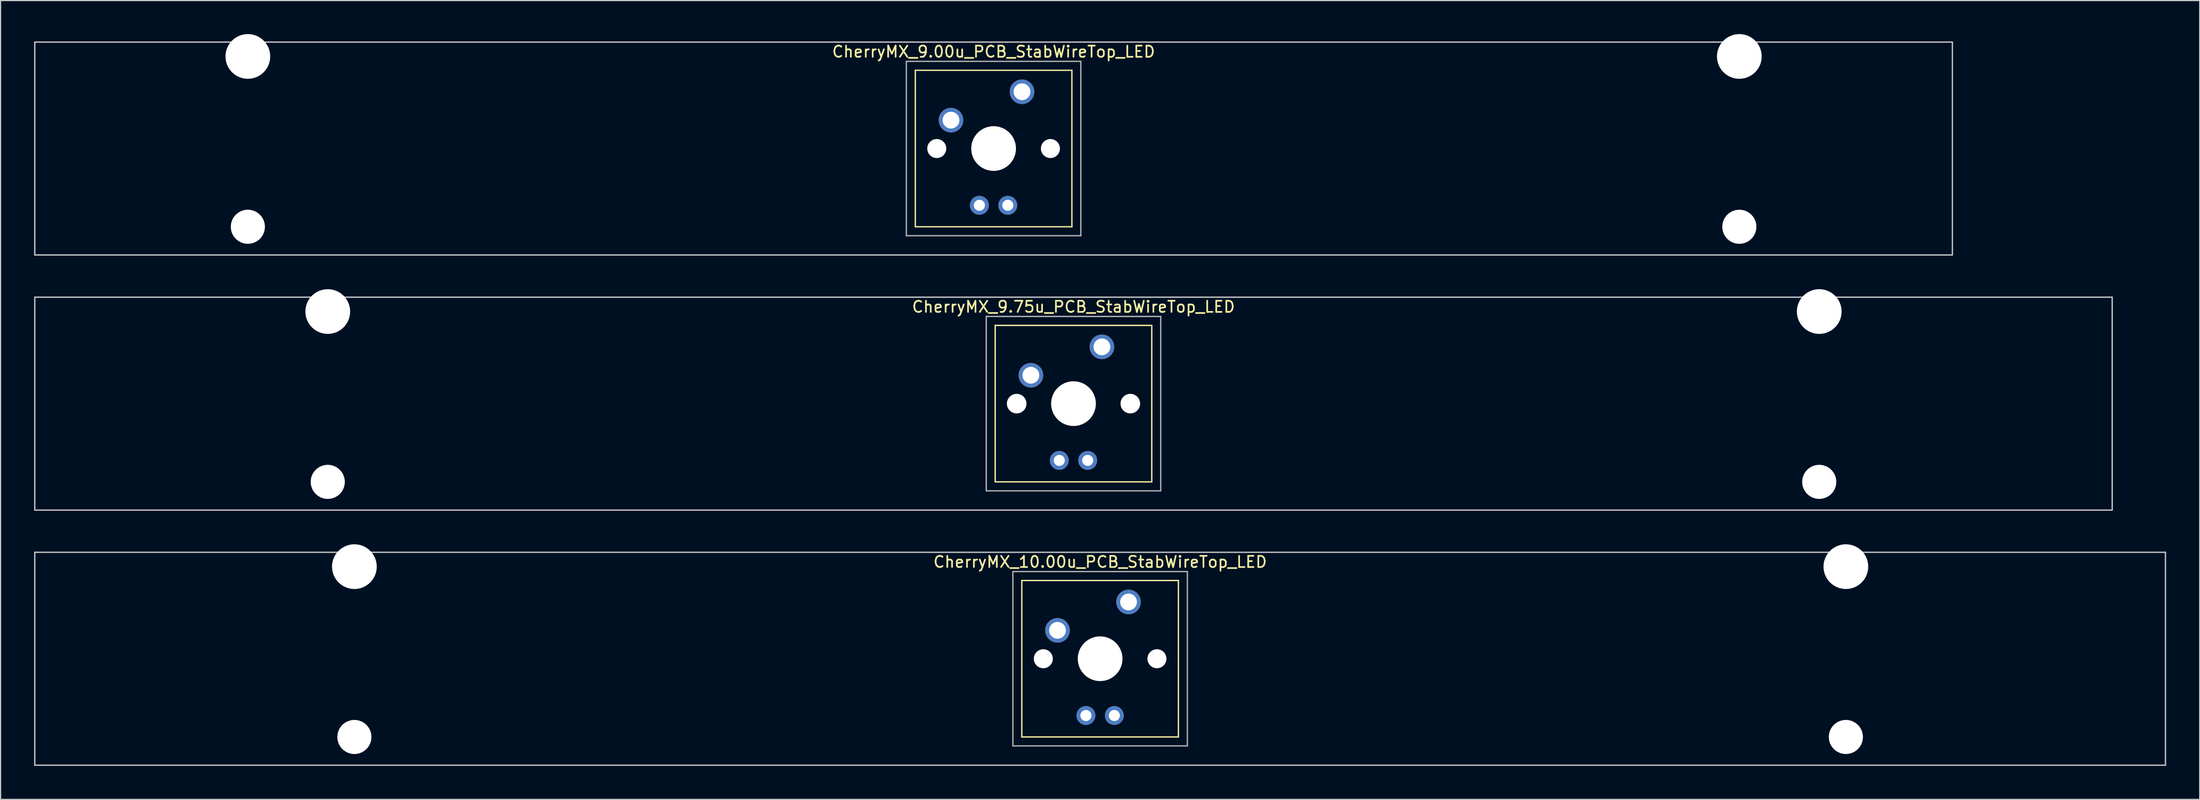
<source format=kicad_pcb>
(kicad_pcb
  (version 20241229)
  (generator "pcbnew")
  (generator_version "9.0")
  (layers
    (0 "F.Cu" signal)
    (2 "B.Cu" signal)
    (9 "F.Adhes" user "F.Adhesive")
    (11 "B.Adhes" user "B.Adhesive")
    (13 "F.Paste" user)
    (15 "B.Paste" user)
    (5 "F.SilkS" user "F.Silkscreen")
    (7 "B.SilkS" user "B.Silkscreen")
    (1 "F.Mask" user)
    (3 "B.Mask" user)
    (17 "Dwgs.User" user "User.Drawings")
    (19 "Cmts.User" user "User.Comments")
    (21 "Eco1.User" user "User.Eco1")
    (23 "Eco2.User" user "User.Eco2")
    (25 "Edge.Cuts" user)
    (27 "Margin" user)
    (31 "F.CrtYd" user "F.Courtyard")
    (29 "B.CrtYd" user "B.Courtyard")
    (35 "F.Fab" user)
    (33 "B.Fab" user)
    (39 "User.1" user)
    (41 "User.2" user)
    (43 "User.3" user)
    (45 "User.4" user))
  (footprint "CherryMX_10.00u_PCB_StabWireTop_LED"
    (layer "F.Cu")
    (at 95.31 55.89)
    (property "Reference" "CherryMX_10.00u_PCB_StabWireTop_LED" (at 0 -8.662 0) (layer "F.SilkS") (effects (font (size 1 1) (thickness 0.15))))
    (attr through_hole)
    (fp_line (start -7 -7) (end -7 7) (stroke (width 0.12) (type solid)) (layer "F.SilkS"))
    (fp_line (start -7 -7) (end 7 -7) (stroke (width 0.12) (type solid)) (layer "F.SilkS"))
    (fp_line (start 7 -7) (end 7 7) (stroke (width 0.12) (type solid)) (layer "F.SilkS"))
    (fp_line (start 7 7) (end -7 7) (stroke (width 0.12) (type solid)) (layer "F.SilkS"))
    (fp_line (start -95.25 -9.525) (end 95.25 -9.525) (stroke (width 0.12) (type solid)) (layer "Dwgs.User"))
    (fp_line (start -95.25 9.525) (end -95.25 -9.525) (stroke (width 0.12) (type solid)) (layer "Dwgs.User"))
    (fp_line (start 95.25 -9.525) (end 95.25 9.525) (stroke (width 0.12) (type solid)) (layer "Dwgs.User"))
    (fp_line (start 95.25 9.525) (end -95.25 9.525) (stroke (width 0.12) (type solid)) (layer "Dwgs.User"))
    (fp_line (start -7.8 -7.8) (end -7.8 7.8) (stroke (width 0.12) (type solid)) (layer "F.Fab"))
    (fp_line (start -7.8 -7.8) (end 7.8 -7.8) (stroke (width 0.12) (type solid)) (layer "F.Fab"))
    (fp_line (start -7.8 7.8) (end 7.8 7.8) (stroke (width 0.12) (type solid)) (layer "F.Fab"))
    (fp_line (start 7.8 -7.8) (end 7.8 7.8) (stroke (width 0.12) (type solid)) (layer "F.Fab"))
    (pad "" np_thru_hole circle (at -66.675 -8.24) (size 4 4) (drill 4) (layers "*.Cu" "*.Mask"))
    (pad "" np_thru_hole circle (at -66.675 7) (size 3.05 3.05) (drill 3.05) (layers "*.Cu" "*.Mask"))
    (pad "" np_thru_hole circle (at -5.08 0) (size 1.7 1.7) (drill 1.7) (layers "*.Cu" "*.Mask"))
    (pad "" np_thru_hole circle (at 0 0) (size 4 4) (drill 4) (layers "*.Cu" "*.Mask"))
    (pad "" np_thru_hole circle (at 5.08 0) (size 1.7 1.7) (drill 1.7) (layers "*.Cu" "*.Mask"))
    (pad "" np_thru_hole circle (at 66.675 -8.24) (size 4 4) (drill 4) (layers "*.Cu" "*.Mask"))
    (pad "" np_thru_hole circle (at 66.675 7) (size 3.05 3.05) (drill 3.05) (layers "*.Cu" "*.Mask"))
    (pad "1" thru_hole circle (at -3.81 -2.54) (size 2.2 2.2) (drill 1.5) (layers "*.Cu" "*.Mask"))
    (pad "2" thru_hole circle (at 2.54 -5.08) (size 2.2 2.2) (drill 1.5) (layers "*.Cu" "*.Mask"))
    (pad "3" thru_hole circle (at -1.27 5.08) (size 1.691 1.691) (drill 0.991) (layers "*.Cu" "*.Mask"))
    (pad "4" thru_hole circle (at 1.27 5.08) (size 1.691 1.691) (drill 0.991) (layers "*.Cu" "*.Mask")))
  (footprint "CherryMX_9.75u_PCB_StabWireTop_LED"
    (layer "F.Cu")
    (at 92.929 33.065)
    (property "Reference" "CherryMX_9.75u_PCB_StabWireTop_LED" (at 0 -8.662 0) (layer "F.SilkS") (effects (font (size 1 1) (thickness 0.15))))
    (attr through_hole)
    (fp_line (start -7 -7) (end -7 7) (stroke (width 0.12) (type solid)) (layer "F.SilkS"))
    (fp_line (start -7 -7) (end 7 -7) (stroke (width 0.12) (type solid)) (layer "F.SilkS"))
    (fp_line (start 7 -7) (end 7 7) (stroke (width 0.12) (type solid)) (layer "F.SilkS"))
    (fp_line (start 7 7) (end -7 7) (stroke (width 0.12) (type solid)) (layer "F.SilkS"))
    (fp_line (start -92.869 -9.525) (end 92.869 -9.525) (stroke (width 0.12) (type solid)) (layer "Dwgs.User"))
    (fp_line (start -92.869 9.525) (end -92.869 -9.525) (stroke (width 0.12) (type solid)) (layer "Dwgs.User"))
    (fp_line (start 92.869 -9.525) (end 92.869 9.525) (stroke (width 0.12) (type solid)) (layer "Dwgs.User"))
    (fp_line (start 92.869 9.525) (end -92.869 9.525) (stroke (width 0.12) (type solid)) (layer "Dwgs.User"))
    (fp_line (start -7.8 -7.8) (end -7.8 7.8) (stroke (width 0.12) (type solid)) (layer "F.Fab"))
    (fp_line (start -7.8 -7.8) (end 7.8 -7.8) (stroke (width 0.12) (type solid)) (layer "F.Fab"))
    (fp_line (start -7.8 7.8) (end 7.8 7.8) (stroke (width 0.12) (type solid)) (layer "F.Fab"))
    (fp_line (start 7.8 -7.8) (end 7.8 7.8) (stroke (width 0.12) (type solid)) (layer "F.Fab"))
    (pad "" np_thru_hole circle (at -66.675 -8.24) (size 4 4) (drill 4) (layers "*.Cu" "*.Mask"))
    (pad "" np_thru_hole circle (at -66.675 7) (size 3.05 3.05) (drill 3.05) (layers "*.Cu" "*.Mask"))
    (pad "" np_thru_hole circle (at -5.08 0) (size 1.75 1.75) (drill 1.75) (layers "*.Cu" "*.Mask"))
    (pad "" np_thru_hole circle (at 0 0) (size 4 4) (drill 4) (layers "*.Cu" "*.Mask"))
    (pad "" np_thru_hole circle (at 5.08 0) (size 1.75 1.75) (drill 1.75) (layers "*.Cu" "*.Mask"))
    (pad "" np_thru_hole circle (at 66.675 -8.24) (size 4 4) (drill 4) (layers "*.Cu" "*.Mask"))
    (pad "" np_thru_hole circle (at 66.675 7) (size 3.05 3.05) (drill 3.05) (layers "*.Cu" "*.Mask"))
    (pad "1" thru_hole circle (at -3.81 -2.54) (size 2.2 2.2) (drill 1.5) (layers "*.Cu" "*.Mask"))
    (pad "2" thru_hole circle (at 2.54 -5.08) (size 2.2 2.2) (drill 1.5) (layers "*.Cu" "*.Mask"))
    (pad "3" thru_hole circle (at -1.27 5.08) (size 1.691 1.691) (drill 0.991) (layers "*.Cu" "*.Mask"))
    (pad "4" thru_hole circle (at 1.27 5.08) (size 1.691 1.691) (drill 0.991) (layers "*.Cu" "*.Mask")))
  (footprint "CherryMX_9.00u_PCB_StabWireTop_LED"
    (layer "F.Cu")
    (at 85.785 10.24)
    (property "Reference" "CherryMX_9.00u_PCB_StabWireTop_LED" (at 0 -8.662 0) (layer "F.SilkS") (effects (font (size 1 1) (thickness 0.15))))
    (attr through_hole)
    (fp_line (start -7 -7) (end -7 7) (stroke (width 0.12) (type solid)) (layer "F.SilkS"))
    (fp_line (start -7 -7) (end 7 -7) (stroke (width 0.12) (type solid)) (layer "F.SilkS"))
    (fp_line (start 7 -7) (end 7 7) (stroke (width 0.12) (type solid)) (layer "F.SilkS"))
    (fp_line (start 7 7) (end -7 7) (stroke (width 0.12) (type solid)) (layer "F.SilkS"))
    (fp_line (start -85.725 -9.525) (end 85.725 -9.525) (stroke (width 0.12) (type solid)) (layer "Dwgs.User"))
    (fp_line (start -85.725 9.525) (end -85.725 -9.525) (stroke (width 0.12) (type solid)) (layer "Dwgs.User"))
    (fp_line (start 85.725 -9.525) (end 85.725 9.525) (stroke (width 0.12) (type solid)) (layer "Dwgs.User"))
    (fp_line (start 85.725 9.525) (end -85.725 9.525) (stroke (width 0.12) (type solid)) (layer "Dwgs.User"))
    (fp_line (start -7.8 -7.8) (end -7.8 7.8) (stroke (width 0.12) (type solid)) (layer "F.Fab"))
    (fp_line (start -7.8 -7.8) (end 7.8 -7.8) (stroke (width 0.12) (type solid)) (layer "F.Fab"))
    (fp_line (start -7.8 7.8) (end 7.8 7.8) (stroke (width 0.12) (type solid)) (layer "F.Fab"))
    (fp_line (start 7.8 -7.8) (end 7.8 7.8) (stroke (width 0.12) (type solid)) (layer "F.Fab"))
    (pad "" np_thru_hole circle (at -66.675 -8.24) (size 4 4) (drill 4) (layers "*.Cu" "*.Mask"))
    (pad "" np_thru_hole circle (at -66.675 7) (size 3.05 3.05) (drill 3.05) (layers "*.Cu" "*.Mask"))
    (pad "" np_thru_hole circle (at -5.08 0) (size 1.7 1.7) (drill 1.7) (layers "*.Cu" "*.Mask"))
    (pad "" np_thru_hole circle (at 0 0) (size 4 4) (drill 4) (layers "*.Cu" "*.Mask"))
    (pad "" np_thru_hole circle (at 5.08 0) (size 1.7 1.7) (drill 1.7) (layers "*.Cu" "*.Mask"))
    (pad "" np_thru_hole circle (at 66.675 -8.24) (size 4 4) (drill 4) (layers "*.Cu" "*.Mask"))
    (pad "" np_thru_hole circle (at 66.675 7) (size 3.05 3.05) (drill 3.05) (layers "*.Cu" "*.Mask"))
    (pad "1" thru_hole circle (at -3.81 -2.54) (size 2.2 2.2) (drill 1.5) (layers "*.Cu" "*.Mask"))
    (pad "2" thru_hole circle (at 2.54 -5.08) (size 2.2 2.2) (drill 1.5) (layers "*.Cu" "*.Mask"))
    (pad "3" thru_hole circle (at -1.27 5.08) (size 1.691 1.691) (drill 0.991) (layers "*.Cu" "*.Mask"))
    (pad "4" thru_hole circle (at 1.27 5.08) (size 1.691 1.691) (drill 0.991) (layers "*.Cu" "*.Mask")))
  (gr_rect
    (start -3 -3)
    (end 193.62 68.475)
    (stroke (width 0.1) (type default))
    (fill no)
    (layer "Edge.Cuts")))
</source>
